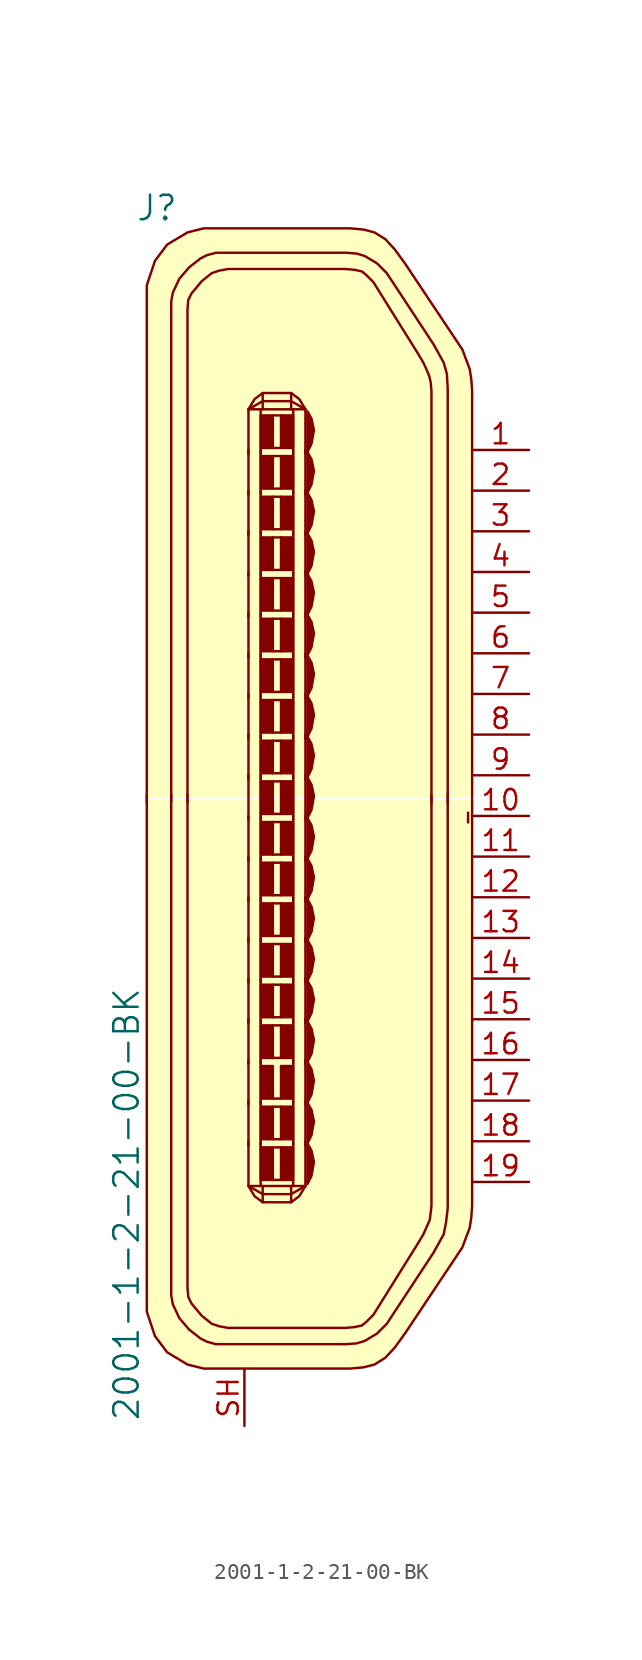
<source format=kicad_sym>
(kicad_symbol_lib
  (version 20211014)
  (generator kicad_symbol_editor)
  (symbol "2001-1-2-21-00-BK"
    (pin_names
      (offset 1.016))
    (property "Reference" "J"
      (at -8.001 37.973 0)
      (effects (font (size 1.524 1.524))))
    (property "Value" "2001-1-2-21-00-BK"
      (at -9.906 -24.257 90)
      (effects (font (size 1.524 1.524))))
    (symbol "2001-1-2-21-00-BK_0_1"
      (rectangle (start -1.524 -20.701) (end -0.762 -22.733) (stroke (width 0) (type default) (color 0 0 0 0)) (fill (type outline)))
      (rectangle (start -1.524 -18.161) (end -0.762 -20.193) (stroke (width 0) (type default) (color 0 0 0 0)) (fill (type outline)))
      (rectangle (start -1.524 -15.621) (end -0.762 -17.653) (stroke (width 0) (type default) (color 0 0 0 0)) (fill (type outline)))
      (rectangle (start -1.524 -13.081) (end -0.762 -15.113) (stroke (width 0) (type default) (color 0 0 0 0)) (fill (type outline)))
      (rectangle (start -1.524 -10.541) (end -0.762 -12.573) (stroke (width 0) (type default) (color 0 0 0 0)) (fill (type outline)))
      (rectangle (start -1.524 -8.001) (end -0.762 -10.033) (stroke (width 0) (type default) (color 0 0 0 0)) (fill (type outline)))
      (rectangle (start -1.524 -5.461) (end -0.762 -7.493) (stroke (width 0) (type default) (color 0 0 0 0)) (fill (type outline)))
      (rectangle (start -1.524 -2.921) (end -0.762 -4.953) (stroke (width 0) (type default) (color 0 0 0 0)) (fill (type outline)))
      (rectangle (start -1.524 -0.381) (end -0.762 -2.413) (stroke (width 0) (type default) (color 0 0 0 0)) (fill (type outline)))
      (rectangle (start -1.524 2.159) (end -0.762 0.127) (stroke (width 0) (type default) (color 0 0 0 0)) (fill (type outline)))
      (rectangle (start -1.524 4.699) (end -0.762 2.667) (stroke (width 0) (type default) (color 0 0 0 0)) (fill (type outline)))
      (rectangle (start -1.524 7.239) (end -0.762 5.207) (stroke (width 0) (type default) (color 0 0 0 0)) (fill (type outline)))
      (rectangle (start -1.524 9.779) (end -0.762 7.747) (stroke (width 0) (type default) (color 0 0 0 0)) (fill (type outline)))
      (rectangle (start -1.524 12.319) (end -0.762 10.287) (stroke (width 0) (type default) (color 0 0 0 0)) (fill (type outline)))
      (rectangle (start -1.524 14.859) (end -0.762 12.827) (stroke (width 0) (type default) (color 0 0 0 0)) (fill (type outline)))
      (rectangle (start -1.524 17.399) (end -0.762 15.367) (stroke (width 0) (type default) (color 0 0 0 0)) (fill (type outline)))
      (rectangle (start -1.524 19.939) (end -0.762 17.907) (stroke (width 0) (type default) (color 0 0 0 0)) (fill (type outline)))
      (rectangle (start -1.524 22.479) (end -0.762 20.447) (stroke (width 0) (type default) (color 0 0 0 0)) (fill (type outline)))
      (rectangle (start -1.524 25.019) (end -0.762 22.987) (stroke (width 0) (type default) (color 0 0 0 0)) (fill (type outline)))
      (polyline (pts (xy -8.636 1.295) (xy -8.636 0.838)) (stroke (width 0) (type default) (color 0 0 0 0)) (fill (type none)))
      (polyline (pts (xy -7.112 1.346) (xy -7.112 0.889)) (stroke (width 0) (type default) (color 0 0 0 0)) (fill (type none)))
      (polyline (pts (xy -6.096 1.346) (xy -6.096 0.838)) (stroke (width 0) (type default) (color 0 0 0 0)) (fill (type none)))
      (polyline (pts (xy -2.286 -23.114) (xy 1.27 -23.114)) (stroke (width 0) (type default) (color 0 0 0 0)) (fill (type none)))
      (polyline (pts (xy -2.286 -20.32) (xy -2.286 -23.114)) (stroke (width 0) (type default) (color 0 0 0 0)) (fill (type none)))
      (polyline (pts (xy -2.286 -17.78) (xy -2.286 -20.574)) (stroke (width 0) (type default) (color 0 0 0 0)) (fill (type none)))
      (polyline (pts (xy -2.286 -15.24) (xy -2.286 -18.034)) (stroke (width 0) (type default) (color 0 0 0 0)) (fill (type none)))
      (polyline (pts (xy -2.286 -12.7) (xy -2.286 -15.494)) (stroke (width 0) (type default) (color 0 0 0 0)) (fill (type none)))
      (polyline (pts (xy -2.286 -10.16) (xy -2.286 -12.954)) (stroke (width 0) (type default) (color 0 0 0 0)) (fill (type none)))
      (polyline (pts (xy -2.286 -7.62) (xy -2.286 -10.414)) (stroke (width 0) (type default) (color 0 0 0 0)) (fill (type none)))
      (polyline (pts (xy -2.286 -5.08) (xy -2.286 -7.874)) (stroke (width 0) (type default) (color 0 0 0 0)) (fill (type none)))
      (polyline (pts (xy -2.286 -2.54) (xy -2.286 -5.334)) (stroke (width 0) (type default) (color 0 0 0 0)) (fill (type none)))
      (polyline (pts (xy -2.286 0) (xy -2.286 -2.794)) (stroke (width 0) (type default) (color 0 0 0 0)) (fill (type none)))
      (polyline (pts (xy -2.286 2.54) (xy -2.286 -0.254)) (stroke (width 0) (type default) (color 0 0 0 0)) (fill (type none)))
      (polyline (pts (xy -2.286 5.08) (xy -2.286 2.286)) (stroke (width 0) (type default) (color 0 0 0 0)) (fill (type none)))
      (polyline (pts (xy -2.286 7.62) (xy -2.286 4.826)) (stroke (width 0) (type default) (color 0 0 0 0)) (fill (type none)))
      (polyline (pts (xy -2.286 10.16) (xy -2.286 7.366)) (stroke (width 0) (type default) (color 0 0 0 0)) (fill (type none)))
      (polyline (pts (xy -2.286 12.7) (xy -2.286 9.906)) (stroke (width 0) (type default) (color 0 0 0 0)) (fill (type none)))
      (polyline (pts (xy -2.286 15.24) (xy -2.286 12.446)) (stroke (width 0) (type default) (color 0 0 0 0)) (fill (type none)))
      (polyline (pts (xy -2.286 17.78) (xy -2.286 14.986)) (stroke (width 0) (type default) (color 0 0 0 0)) (fill (type none)))
      (polyline (pts (xy -2.286 20.32) (xy -2.286 17.526)) (stroke (width 0) (type default) (color 0 0 0 0)) (fill (type none)))
      (polyline (pts (xy -2.286 22.86) (xy -2.286 20.066)) (stroke (width 0) (type default) (color 0 0 0 0)) (fill (type none)))
      (polyline (pts (xy -2.286 25.4) (xy -2.286 22.606)) (stroke (width 0) (type default) (color 0 0 0 0)) (fill (type none)))
      (polyline (pts (xy -2.286 25.4) (xy 1.27 25.4)) (stroke (width 0) (type default) (color 0 0 0 0)) (fill (type none)))
      (polyline (pts (xy -1.524 -20.32) (xy -1.524 -23.114)) (stroke (width 0) (type default) (color 0 0 0 0)) (fill (type none)))
      (polyline (pts (xy -1.524 -17.78) (xy -1.524 -20.574)) (stroke (width 0) (type default) (color 0 0 0 0)) (fill (type none)))
      (polyline (pts (xy -1.524 -15.24) (xy -1.524 -18.034)) (stroke (width 0) (type default) (color 0 0 0 0)) (fill (type none)))
      (polyline (pts (xy -1.524 -12.7) (xy -1.524 -15.494)) (stroke (width 0) (type default) (color 0 0 0 0)) (fill (type none)))
      (polyline (pts (xy -1.524 -10.16) (xy -1.524 -12.954)) (stroke (width 0) (type default) (color 0 0 0 0)) (fill (type none)))
      (polyline (pts (xy -1.524 -7.62) (xy -1.524 -10.414)) (stroke (width 0) (type default) (color 0 0 0 0)) (fill (type none)))
      (polyline (pts (xy -1.524 -5.08) (xy -1.524 -7.874)) (stroke (width 0) (type default) (color 0 0 0 0)) (fill (type none)))
      (polyline (pts (xy -1.524 -2.54) (xy -1.524 -5.334)) (stroke (width 0) (type default) (color 0 0 0 0)) (fill (type none)))
      (polyline (pts (xy -1.524 0) (xy -1.524 -2.794)) (stroke (width 0) (type default) (color 0 0 0 0)) (fill (type none)))
      (polyline (pts (xy -1.524 2.54) (xy -1.524 -0.254)) (stroke (width 0) (type default) (color 0 0 0 0)) (fill (type none)))
      (polyline (pts (xy -1.524 5.08) (xy -1.524 2.286)) (stroke (width 0) (type default) (color 0 0 0 0)) (fill (type none)))
      (polyline (pts (xy -1.524 7.62) (xy -1.524 4.826)) (stroke (width 0) (type default) (color 0 0 0 0)) (fill (type none)))
      (polyline (pts (xy -1.524 10.16) (xy -1.524 7.366)) (stroke (width 0) (type default) (color 0 0 0 0)) (fill (type none)))
      (polyline (pts (xy -1.524 12.7) (xy -1.524 9.906)) (stroke (width 0) (type default) (color 0 0 0 0)) (fill (type none)))
      (polyline (pts (xy -1.524 15.24) (xy -1.524 12.446)) (stroke (width 0) (type default) (color 0 0 0 0)) (fill (type none)))
      (polyline (pts (xy -1.524 17.78) (xy -1.524 14.986)) (stroke (width 0) (type default) (color 0 0 0 0)) (fill (type none)))
      (polyline (pts (xy -1.524 20.32) (xy -1.524 17.526)) (stroke (width 0) (type default) (color 0 0 0 0)) (fill (type none)))
      (polyline (pts (xy -1.524 22.86) (xy -1.524 20.066)) (stroke (width 0) (type default) (color 0 0 0 0)) (fill (type none)))
      (polyline (pts (xy -1.524 25.4) (xy -1.524 22.606)) (stroke (width 0) (type default) (color 0 0 0 0)) (fill (type none)))
      (polyline (pts (xy -1.397 -23.114) (xy -1.397 -24.13)) (stroke (width 0) (type default) (color 0 0 0 0)) (fill (type none)))
      (polyline (pts (xy -1.397 25.4) (xy -1.397 26.416)) (stroke (width 0) (type default) (color 0 0 0 0)) (fill (type none)))
      (polyline (pts (xy -0.762 -22.733) (xy -0.254 -22.733)) (stroke (width 0) (type default) (color 0 0 0 0)) (fill (type none)))
      (polyline (pts (xy -0.762 -20.701) (xy -0.254 -20.701)) (stroke (width 0) (type default) (color 0 0 0 0)) (fill (type none)))
      (polyline (pts (xy -0.762 -20.193) (xy -0.254 -20.193)) (stroke (width 0) (type default) (color 0 0 0 0)) (fill (type none)))
      (polyline (pts (xy -0.762 -18.161) (xy -0.254 -18.161)) (stroke (width 0) (type default) (color 0 0 0 0)) (fill (type none)))
      (polyline (pts (xy -0.762 -17.653) (xy -0.254 -17.653)) (stroke (width 0) (type default) (color 0 0 0 0)) (fill (type none)))
      (polyline (pts (xy -0.762 -15.113) (xy -0.254 -15.113)) (stroke (width 0) (type default) (color 0 0 0 0)) (fill (type none)))
      (polyline (pts (xy -0.762 -13.081) (xy -0.254 -13.081)) (stroke (width 0) (type default) (color 0 0 0 0)) (fill (type none)))
      (polyline (pts (xy -0.762 -12.573) (xy -0.254 -12.573)) (stroke (width 0) (type default) (color 0 0 0 0)) (fill (type none)))
      (polyline (pts (xy -0.762 -10.541) (xy -0.254 -10.541)) (stroke (width 0) (type default) (color 0 0 0 0)) (fill (type none)))
      (polyline (pts (xy -0.762 -10.033) (xy -0.254 -10.033)) (stroke (width 0) (type default) (color 0 0 0 0)) (fill (type none)))
      (polyline (pts (xy -0.762 -8.001) (xy -0.254 -8.001)) (stroke (width 0) (type default) (color 0 0 0 0)) (fill (type none)))
      (polyline (pts (xy -0.762 -7.493) (xy -0.254 -7.493)) (stroke (width 0) (type default) (color 0 0 0 0)) (fill (type none)))
      (polyline (pts (xy -0.762 -5.461) (xy -0.254 -5.461)) (stroke (width 0) (type default) (color 0 0 0 0)) (fill (type none)))
      (polyline (pts (xy -0.762 -4.953) (xy -0.254 -4.953)) (stroke (width 0) (type default) (color 0 0 0 0)) (fill (type none)))
      (polyline (pts (xy -0.762 -2.921) (xy -0.254 -2.921)) (stroke (width 0) (type default) (color 0 0 0 0)) (fill (type none)))
      (polyline (pts (xy -0.762 -2.413) (xy -0.254 -2.413)) (stroke (width 0) (type default) (color 0 0 0 0)) (fill (type none)))
      (polyline (pts (xy -0.762 -0.381) (xy -0.254 -0.381)) (stroke (width 0) (type default) (color 0 0 0 0)) (fill (type none)))
      (polyline (pts (xy -0.762 0.127) (xy -0.254 0.127)) (stroke (width 0) (type default) (color 0 0 0 0)) (fill (type none)))
      (polyline (pts (xy -0.762 2.159) (xy -0.254 2.159)) (stroke (width 0) (type default) (color 0 0 0 0)) (fill (type none)))
      (polyline (pts (xy -0.762 2.667) (xy -0.254 2.667)) (stroke (width 0) (type default) (color 0 0 0 0)) (fill (type none)))
      (polyline (pts (xy -0.762 4.699) (xy -0.254 4.699)) (stroke (width 0) (type default) (color 0 0 0 0)) (fill (type none)))
      (polyline (pts (xy -0.762 5.207) (xy -0.254 5.207)) (stroke (width 0) (type default) (color 0 0 0 0)) (fill (type none)))
      (polyline (pts (xy -0.762 7.239) (xy -0.254 7.239)) (stroke (width 0) (type default) (color 0 0 0 0)) (fill (type none)))
      (polyline (pts (xy -0.762 7.747) (xy -0.254 7.747)) (stroke (width 0) (type default) (color 0 0 0 0)) (fill (type none)))
      (polyline (pts (xy -0.762 9.779) (xy -0.254 9.779)) (stroke (width 0) (type default) (color 0 0 0 0)) (fill (type none)))
      (polyline (pts (xy -0.762 10.287) (xy -0.254 10.287)) (stroke (width 0) (type default) (color 0 0 0 0)) (fill (type none)))
      (polyline (pts (xy -0.762 12.319) (xy -0.254 12.319)) (stroke (width 0) (type default) (color 0 0 0 0)) (fill (type none)))
      (polyline (pts (xy -0.762 12.827) (xy -0.254 12.827)) (stroke (width 0) (type default) (color 0 0 0 0)) (fill (type none)))
      (polyline (pts (xy -0.762 14.859) (xy -0.254 14.859)) (stroke (width 0) (type default) (color 0 0 0 0)) (fill (type none)))
      (polyline (pts (xy -0.762 15.367) (xy -0.254 15.367)) (stroke (width 0) (type default) (color 0 0 0 0)) (fill (type none)))
      (polyline (pts (xy -0.762 17.399) (xy -0.254 17.399)) (stroke (width 0) (type default) (color 0 0 0 0)) (fill (type none)))
      (polyline (pts (xy -0.762 17.907) (xy -0.254 17.907)) (stroke (width 0) (type default) (color 0 0 0 0)) (fill (type none)))
      (polyline (pts (xy -0.762 19.939) (xy -0.254 19.939)) (stroke (width 0) (type default) (color 0 0 0 0)) (fill (type none)))
      (polyline (pts (xy -0.762 20.447) (xy -0.254 20.447)) (stroke (width 0) (type default) (color 0 0 0 0)) (fill (type none)))
      (polyline (pts (xy -0.762 22.479) (xy -0.254 22.479)) (stroke (width 0) (type default) (color 0 0 0 0)) (fill (type none)))
      (polyline (pts (xy -0.762 22.987) (xy -0.254 22.987)) (stroke (width 0) (type default) (color 0 0 0 0)) (fill (type none)))
      (polyline (pts (xy -0.762 25.019) (xy -0.254 25.019)) (stroke (width 0) (type default) (color 0 0 0 0)) (fill (type none)))
      (polyline (pts (xy 0.381 -23.114) (xy 0.381 -24.13)) (stroke (width 0) (type default) (color 0 0 0 0)) (fill (type none)))
      (polyline (pts (xy 0.381 25.4) (xy 0.381 26.416)) (stroke (width 0) (type default) (color 0 0 0 0)) (fill (type none)))
      (polyline (pts (xy 1.27 -20.32) (xy 1.27 -23.114)) (stroke (width 0) (type default) (color 0 0 0 0)) (fill (type none)))
      (polyline (pts (xy 1.27 -17.78) (xy 1.27 -20.574)) (stroke (width 0) (type default) (color 0 0 0 0)) (fill (type none)))
      (polyline (pts (xy 1.27 -15.24) (xy 1.27 -18.034)) (stroke (width 0) (type default) (color 0 0 0 0)) (fill (type none)))
      (polyline (pts (xy 1.27 -12.7) (xy 1.27 -15.494)) (stroke (width 0) (type default) (color 0 0 0 0)) (fill (type none)))
      (polyline (pts (xy 1.27 -10.16) (xy 1.27 -12.954)) (stroke (width 0) (type default) (color 0 0 0 0)) (fill (type none)))
      (polyline (pts (xy 1.27 -7.62) (xy 1.27 -10.414)) (stroke (width 0) (type default) (color 0 0 0 0)) (fill (type none)))
      (polyline (pts (xy 1.27 -5.08) (xy 1.27 -7.874)) (stroke (width 0) (type default) (color 0 0 0 0)) (fill (type none)))
      (polyline (pts (xy 1.27 -2.54) (xy 1.27 -5.334)) (stroke (width 0) (type default) (color 0 0 0 0)) (fill (type none)))
      (polyline (pts (xy 1.27 0) (xy 1.27 -2.794)) (stroke (width 0) (type default) (color 0 0 0 0)) (fill (type none)))
      (polyline (pts (xy 1.27 2.54) (xy 1.27 -0.254)) (stroke (width 0) (type default) (color 0 0 0 0)) (fill (type none)))
      (polyline (pts (xy 1.27 5.08) (xy 1.27 2.286)) (stroke (width 0) (type default) (color 0 0 0 0)) (fill (type none)))
      (polyline (pts (xy 1.27 7.62) (xy 1.27 4.826)) (stroke (width 0) (type default) (color 0 0 0 0)) (fill (type none)))
      (polyline (pts (xy 1.27 10.16) (xy 1.27 7.366)) (stroke (width 0) (type default) (color 0 0 0 0)) (fill (type none)))
      (polyline (pts (xy 1.27 12.7) (xy 1.27 9.906)) (stroke (width 0) (type default) (color 0 0 0 0)) (fill (type none)))
      (polyline (pts (xy 1.27 15.24) (xy 1.27 12.446)) (stroke (width 0) (type default) (color 0 0 0 0)) (fill (type none)))
      (polyline (pts (xy 1.27 17.78) (xy 1.27 14.986)) (stroke (width 0) (type default) (color 0 0 0 0)) (fill (type none)))
      (polyline (pts (xy 1.27 20.32) (xy 1.27 17.526)) (stroke (width 0) (type default) (color 0 0 0 0)) (fill (type none)))
      (polyline (pts (xy 1.27 22.86) (xy 1.27 20.066)) (stroke (width 0) (type default) (color 0 0 0 0)) (fill (type none)))
      (polyline (pts (xy 1.27 25.4) (xy 1.27 22.606)) (stroke (width 0) (type default) (color 0 0 0 0)) (fill (type none)))
      (polyline (pts (xy 9.144 1.295) (xy 9.144 0.787)) (stroke (width 0) (type default) (color 0 0 0 0)) (fill (type none)))
      (polyline (pts (xy 10.16 1.397) (xy 10.16 0.838)) (stroke (width 0) (type default) (color 0 0 0 0)) (fill (type none)))
      (polyline (pts (xy 11.43 0.203) (xy 11.43 -0.406)) (stroke (width 0) (type default) (color 0 0 0 0)) (fill (type none)))
      (polyline (pts (xy 0.508 -20.32) (xy 0.508 -22.733) (xy 0.508 -23.114)) (stroke (width 0) (type default) (color 0 0 0 0)) (fill (type none)))
      (polyline (pts (xy 0.508 -17.78) (xy 0.508 -20.193) (xy 0.508 -20.574)) (stroke (width 0) (type default) (color 0 0 0 0)) (fill (type none)))
      (polyline (pts (xy 0.508 -15.24) (xy 0.508 -17.653) (xy 0.508 -18.034)) (stroke (width 0) (type default) (color 0 0 0 0)) (fill (type none)))
      (polyline (pts (xy 0.508 -12.7) (xy 0.508 -15.113) (xy 0.508 -15.494)) (stroke (width 0) (type default) (color 0 0 0 0)) (fill (type none)))
      (polyline (pts (xy 0.508 -10.16) (xy 0.508 -12.573) (xy 0.508 -12.954)) (stroke (width 0) (type default) (color 0 0 0 0)) (fill (type none)))
      (polyline (pts (xy 0.508 -7.62) (xy 0.508 -10.033) (xy 0.508 -10.414)) (stroke (width 0) (type default) (color 0 0 0 0)) (fill (type none)))
      (polyline (pts (xy 0.508 -5.08) (xy 0.508 -7.493) (xy 0.508 -7.874)) (stroke (width 0) (type default) (color 0 0 0 0)) (fill (type none)))
      (polyline (pts (xy 0.508 -2.54) (xy 0.508 -4.953) (xy 0.508 -5.334)) (stroke (width 0) (type default) (color 0 0 0 0)) (fill (type none)))
      (polyline (pts (xy 0.508 0) (xy 0.508 -2.413) (xy 0.508 -2.794)) (stroke (width 0) (type default) (color 0 0 0 0)) (fill (type none)))
      (polyline (pts (xy 0.508 2.54) (xy 0.508 0.127) (xy 0.508 -0.254)) (stroke (width 0) (type default) (color 0 0 0 0)) (fill (type none)))
      (polyline (pts (xy 0.508 5.08) (xy 0.508 2.667) (xy 0.508 2.286)) (stroke (width 0) (type default) (color 0 0 0 0)) (fill (type none)))
      (polyline (pts (xy 0.508 7.62) (xy 0.508 5.207) (xy 0.508 4.826)) (stroke (width 0) (type default) (color 0 0 0 0)) (fill (type none)))
      (polyline (pts (xy 0.508 10.16) (xy 0.508 7.747) (xy 0.508 7.366)) (stroke (width 0) (type default) (color 0 0 0 0)) (fill (type none)))
      (polyline (pts (xy 0.508 12.7) (xy 0.508 10.287) (xy 0.508 9.906)) (stroke (width 0) (type default) (color 0 0 0 0)) (fill (type none)))
      (polyline (pts (xy 0.508 15.24) (xy 0.508 12.827) (xy 0.508 12.446)) (stroke (width 0) (type default) (color 0 0 0 0)) (fill (type none)))
      (polyline (pts (xy 0.508 17.78) (xy 0.508 15.367) (xy 0.508 14.986)) (stroke (width 0) (type default) (color 0 0 0 0)) (fill (type none)))
      (polyline (pts (xy 0.508 20.32) (xy 0.508 17.907) (xy 0.508 17.526)) (stroke (width 0) (type default) (color 0 0 0 0)) (fill (type none)))
      (polyline (pts (xy 0.508 22.86) (xy 0.508 20.447) (xy 0.508 20.066)) (stroke (width 0) (type default) (color 0 0 0 0)) (fill (type none)))
      (polyline (pts (xy 0.508 25.4) (xy 0.508 22.987) (xy 0.508 22.606)) (stroke (width 0) (type default) (color 0 0 0 0)) (fill (type none)))
      (polyline (pts (xy -2.286 -23.114) (xy -1.397 -23.622) (xy 0.381 -23.622) (xy 1.27 -23.114)) (stroke (width 0) (type default) (color 0 0 0 0)) (fill (type none)))
      (polyline (pts (xy -2.286 25.4) (xy -1.397 25.908) (xy 0.381 25.908) (xy 1.27 25.4)) (stroke (width 0) (type default) (color 0 0 0 0)) (fill (type none)))
      (polyline (pts (xy -2.286 -23.114) (xy -1.905 -23.749) (xy -1.397 -24.13) (xy 0.381 -24.13) (xy 0.889 -23.749) (xy 1.27 -23.114)) (stroke (width 0) (type default) (color 0 0 0 0)) (fill (type none)))
      (polyline (pts (xy -2.286 25.4) (xy -1.905 26.035) (xy -1.397 26.416) (xy 0.381 26.416) (xy 0.889 26.035) (xy 1.27 25.4)) (stroke (width 0) (type default) (color 0 0 0 0)) (fill (type none)))
      (polyline (pts (xy 1.397 -20.447) (xy 1.397 -22.987) (xy 1.651 -22.479) (xy 1.803 -21.615) (xy 1.651 -20.904) (xy 1.397 -20.447)) (stroke (width 0) (type default) (color 0 0 0 0)) (fill (type outline)))
      (polyline (pts (xy 1.397 -17.907) (xy 1.397 -20.447) (xy 1.651 -19.939) (xy 1.803 -19.075) (xy 1.651 -18.364) (xy 1.397 -17.907)) (stroke (width 0) (type default) (color 0 0 0 0)) (fill (type outline)))
      (polyline (pts (xy 1.397 -15.367) (xy 1.397 -17.907) (xy 1.651 -17.399) (xy 1.803 -16.535) (xy 1.651 -15.824) (xy 1.397 -15.367)) (stroke (width 0) (type default) (color 0 0 0 0)) (fill (type outline)))
      (polyline (pts (xy 1.397 -12.827) (xy 1.397 -15.367) (xy 1.651 -14.859) (xy 1.803 -13.995) (xy 1.651 -13.284) (xy 1.397 -12.827)) (stroke (width 0) (type default) (color 0 0 0 0)) (fill (type outline)))
      (polyline (pts (xy 1.397 -10.287) (xy 1.397 -12.827) (xy 1.651 -12.319) (xy 1.803 -11.455) (xy 1.651 -10.744) (xy 1.397 -10.287)) (stroke (width 0) (type default) (color 0 0 0 0)) (fill (type outline)))
      (polyline (pts (xy 1.397 -7.747) (xy 1.397 -10.287) (xy 1.651 -9.779) (xy 1.803 -8.915) (xy 1.651 -8.204) (xy 1.397 -7.747)) (stroke (width 0) (type default) (color 0 0 0 0)) (fill (type outline)))
      (polyline (pts (xy 1.397 -5.207) (xy 1.397 -7.747) (xy 1.651 -7.239) (xy 1.803 -6.375) (xy 1.651 -5.664) (xy 1.397 -5.207)) (stroke (width 0) (type default) (color 0 0 0 0)) (fill (type outline)))
      (polyline (pts (xy 1.397 -2.667) (xy 1.397 -5.207) (xy 1.651 -4.699) (xy 1.803 -3.835) (xy 1.651 -3.124) (xy 1.397 -2.667)) (stroke (width 0) (type default) (color 0 0 0 0)) (fill (type outline)))
      (polyline (pts (xy 1.397 -0.127) (xy 1.397 -2.667) (xy 1.651 -2.159) (xy 1.803 -1.295) (xy 1.651 -0.584) (xy 1.397 -0.127)) (stroke (width 0) (type default) (color 0 0 0 0)) (fill (type outline)))
      (polyline (pts (xy 1.397 2.413) (xy 1.397 -0.127) (xy 1.651 0.381) (xy 1.803 1.245) (xy 1.651 1.956) (xy 1.397 2.413)) (stroke (width 0) (type default) (color 0 0 0 0)) (fill (type outline)))
      (polyline (pts (xy 1.397 4.953) (xy 1.397 2.413) (xy 1.651 2.921) (xy 1.803 3.785) (xy 1.651 4.496) (xy 1.397 4.953)) (stroke (width 0) (type default) (color 0 0 0 0)) (fill (type outline)))
      (polyline (pts (xy 1.397 7.493) (xy 1.397 4.953) (xy 1.651 5.461) (xy 1.803 6.325) (xy 1.651 7.036) (xy 1.397 7.493)) (stroke (width 0) (type default) (color 0 0 0 0)) (fill (type outline)))
      (polyline (pts (xy 1.397 10.033) (xy 1.397 7.493) (xy 1.651 8.001) (xy 1.803 8.865) (xy 1.651 9.576) (xy 1.397 10.033)) (stroke (width 0) (type default) (color 0 0 0 0)) (fill (type outline)))
      (polyline (pts (xy 1.397 12.573) (xy 1.397 10.033) (xy 1.651 10.541) (xy 1.803 11.405) (xy 1.651 12.116) (xy 1.397 12.573)) (stroke (width 0) (type default) (color 0 0 0 0)) (fill (type outline)))
      (polyline (pts (xy 1.397 15.113) (xy 1.397 12.573) (xy 1.651 13.081) (xy 1.803 13.945) (xy 1.651 14.656) (xy 1.397 15.113)) (stroke (width 0) (type default) (color 0 0 0 0)) (fill (type outline)))
      (polyline (pts (xy 1.397 17.653) (xy 1.397 15.113) (xy 1.651 15.621) (xy 1.803 16.485) (xy 1.651 17.196) (xy 1.397 17.653)) (stroke (width 0) (type default) (color 0 0 0 0)) (fill (type outline)))
      (polyline (pts (xy 1.397 20.193) (xy 1.397 17.653) (xy 1.651 18.161) (xy 1.803 19.025) (xy 1.651 19.736) (xy 1.397 20.193)) (stroke (width 0) (type default) (color 0 0 0 0)) (fill (type outline)))
      (polyline (pts (xy 1.397 22.733) (xy 1.397 20.193) (xy 1.651 20.701) (xy 1.803 21.565) (xy 1.651 22.276) (xy 1.397 22.733)) (stroke (width 0) (type default) (color 0 0 0 0)) (fill (type outline)))
      (polyline (pts (xy 1.397 25.273) (xy 1.397 22.733) (xy 1.651 23.241) (xy 1.803 24.105) (xy 1.651 24.816) (xy 1.397 25.273)) (stroke (width 0) (type default) (color 0 0 0 0)) (fill (type outline)))
      (polyline (pts (xy 9.144 1.041) (xy 9.144 -24.359) (xy 9.042 -25.222) (xy 8.636 -26.137) (xy 8.255 -26.772) (xy 5.512 -31.166) (xy 5.08 -31.598) (xy 4.801 -31.826) (xy 4.343 -31.928) (xy 3.759 -31.979) (xy -3.556 -31.979) (xy -4.115 -31.877) (xy -4.572 -31.725) (xy -5.207 -31.217) (xy -5.842 -30.455) (xy -6.045 -30.048) (xy -6.096 -29.439) (xy -6.096 1.041)) (stroke (width 0) (type default) (color 0 0 0 0)) (fill (type none)))
      (polyline (pts (xy 11.684 1.041) (xy 11.684 -24.359) (xy 11.633 -25.095) (xy 11.532 -25.73) (xy 11.074 -26.949) (xy 7.518 -32.283) (xy 6.858 -33.198) (xy 6.274 -33.833) (xy 5.588 -34.265) (xy 4.902 -34.442) (xy 4.064 -34.519) (xy -3.556 -34.519) (xy -5.08 -34.519) (xy -6.096 -34.265) (xy -7.366 -33.503) (xy -8.128 -32.487) (xy -8.636 -30.963) (xy -8.636 -29.439) (xy -8.636 1.041)) (stroke (width 0) (type default) (color 0 0 0 0)) (fill (type background)))
      (polyline (pts (xy 11.684 1.143) (xy 11.684 26.543) (xy 11.633 27.28) (xy 11.532 27.915) (xy 11.074 29.134) (xy 7.518 34.468) (xy 6.858 35.382) (xy 6.274 36.017) (xy 5.588 36.449) (xy 4.902 36.627) (xy 4.064 36.703) (xy -3.556 36.703) (xy -5.08 36.703) (xy -6.096 36.449) (xy -7.366 35.687) (xy -8.128 34.671) (xy -8.636 33.147) (xy -8.636 31.623) (xy -8.636 1.143)) (stroke (width 0) (type default) (color 0 0 0 0)) (fill (type background)))
      (polyline (pts (xy -7.112 1.041) (xy -7.112 -29.947) (xy -7.01 -30.505) (xy -6.604 -31.369) (xy -5.994 -32.08) (xy -5.283 -32.639) (xy -4.877 -32.842) (xy -4.318 -32.995) (xy -3.048 -32.995) (xy 3.81 -32.995) (xy 4.47 -32.944) (xy 4.978 -32.791) (xy 5.74 -32.334) (xy 6.35 -31.725) (xy 9.271 -27.28) (xy 9.906 -26.137) (xy 10.058 -25.375) (xy 10.16 -24.486) (xy 10.16 -24.359) (xy 10.16 1.041)) (stroke (width 0) (type default) (color 0 0 0 0)) (fill (type none)))
      (polyline (pts (xy -7.112 1.143) (xy -7.112 32.131) (xy -7.01 32.69) (xy -6.604 33.553) (xy -5.994 34.265) (xy -5.283 34.823) (xy -4.877 35.027) (xy -4.318 35.179) (xy -3.048 35.179) (xy 3.81 35.179) (xy 4.47 35.128) (xy 4.978 34.976) (xy 5.74 34.519) (xy 6.35 33.909) (xy 9.271 29.464) (xy 9.906 28.321) (xy 10.109 27.61) (xy 10.16 26.67) (xy 10.16 26.543) (xy 10.16 1.143)) (stroke (width 0) (type default) (color 0 0 0 0)) (fill (type none)))
      (polyline (pts (xy 9.144 1.143) (xy 9.144 26.543) (xy 9.093 27.102) (xy 9.017 27.432) (xy 8.89 27.762) (xy 8.636 28.321) (xy 8.255 28.956) (xy 5.512 33.35) (xy 5.08 33.782) (xy 4.801 34.011) (xy 4.343 34.112) (xy 3.759 34.163) (xy -3.556 34.163) (xy -4.115 34.061) (xy -4.572 33.909) (xy -5.207 33.401) (xy -5.842 32.639) (xy -6.045 32.233) (xy -6.096 31.623) (xy -6.096 1.143)) (stroke (width 0) (type default) (color 0 0 0 0)) (fill (type none)))
      (rectangle (start 0.508 -20.701) (end -0.254 -22.733) (stroke (width 0) (type default) (color 0 0 0 0)) (fill (type outline)))
      (rectangle (start 0.508 -18.161) (end -0.254 -20.193) (stroke (width 0) (type default) (color 0 0 0 0)) (fill (type outline)))
      (rectangle (start 0.508 -15.621) (end -0.254 -17.653) (stroke (width 0) (type default) (color 0 0 0 0)) (fill (type outline)))
      (rectangle (start 0.508 -13.081) (end -0.254 -15.113) (stroke (width 0) (type default) (color 0 0 0 0)) (fill (type outline)))
      (rectangle (start 0.508 -10.541) (end -0.254 -12.573) (stroke (width 0) (type default) (color 0 0 0 0)) (fill (type outline)))
      (rectangle (start 0.508 -8.001) (end -0.254 -10.033) (stroke (width 0) (type default) (color 0 0 0 0)) (fill (type outline)))
      (rectangle (start 0.508 -5.461) (end -0.254 -7.493) (stroke (width 0) (type default) (color 0 0 0 0)) (fill (type outline)))
      (rectangle (start 0.508 -2.921) (end -0.254 -4.953) (stroke (width 0) (type default) (color 0 0 0 0)) (fill (type outline)))
      (rectangle (start 0.508 -0.381) (end -0.254 -2.413) (stroke (width 0) (type default) (color 0 0 0 0)) (fill (type outline)))
      (rectangle (start 0.508 2.159) (end -0.254 0.127) (stroke (width 0) (type default) (color 0 0 0 0)) (fill (type outline)))
      (rectangle (start 0.508 4.699) (end -0.254 2.667) (stroke (width 0) (type default) (color 0 0 0 0)) (fill (type outline)))
      (rectangle (start 0.508 7.239) (end -0.254 5.207) (stroke (width 0) (type default) (color 0 0 0 0)) (fill (type outline)))
      (rectangle (start 0.508 9.779) (end -0.254 7.747) (stroke (width 0) (type default) (color 0 0 0 0)) (fill (type outline)))
      (rectangle (start 0.508 12.319) (end -0.254 10.287) (stroke (width 0) (type default) (color 0 0 0 0)) (fill (type outline)))
      (rectangle (start 0.508 14.859) (end -0.254 12.827) (stroke (width 0) (type default) (color 0 0 0 0)) (fill (type outline)))
      (rectangle (start 0.508 17.399) (end -0.254 15.367) (stroke (width 0) (type default) (color 0 0 0 0)) (fill (type outline)))
      (rectangle (start 0.508 19.939) (end -0.254 17.907) (stroke (width 0) (type default) (color 0 0 0 0)) (fill (type outline)))
      (rectangle (start 0.508 22.479) (end -0.254 20.447) (stroke (width 0) (type default) (color 0 0 0 0)) (fill (type outline)))
      (rectangle (start 0.508 25.019) (end -0.254 22.987) (stroke (width 0) (type default) (color 0 0 0 0)) (fill (type outline))))
    (symbol "2001-1-2-21-00-BK_1_1"
      (pin passive line (at 15.24 22.86 180) (length 3.556) (name "~" (effects (font (size 1.27 1.27)))) (number "1" (effects (font (size 1.27 1.27)))))
      (pin passive line (at 15.24 0 180) (length 3.556) (name "~" (effects (font (size 1.27 1.27)))) (number "10" (effects (font (size 1.27 1.27)))))
      (pin passive line (at 15.24 -2.54 180) (length 3.556) (name "~" (effects (font (size 1.27 1.27)))) (number "11" (effects (font (size 1.27 1.27)))))
      (pin passive line (at 15.24 -5.08 180) (length 3.556) (name "~" (effects (font (size 1.27 1.27)))) (number "12" (effects (font (size 1.27 1.27)))))
      (pin passive line (at 15.24 -7.62 180) (length 3.556) (name "~" (effects (font (size 1.27 1.27)))) (number "13" (effects (font (size 1.27 1.27)))))
      (pin passive line (at 15.24 -10.16 180) (length 3.556) (name "~" (effects (font (size 1.27 1.27)))) (number "14" (effects (font (size 1.27 1.27)))))
      (pin passive line (at 15.24 -12.7 180) (length 3.556) (name "~" (effects (font (size 1.27 1.27)))) (number "15" (effects (font (size 1.27 1.27)))))
      (pin passive line (at 15.24 -15.24 180) (length 3.556) (name "~" (effects (font (size 1.27 1.27)))) (number "16" (effects (font (size 1.27 1.27)))))
      (pin passive line (at 15.24 -17.78 180) (length 3.556) (name "~" (effects (font (size 1.27 1.27)))) (number "17" (effects (font (size 1.27 1.27)))))
      (pin passive line (at 15.24 -20.32 180) (length 3.556) (name "~" (effects (font (size 1.27 1.27)))) (number "18" (effects (font (size 1.27 1.27)))))
      (pin passive line (at 15.24 -22.86 180) (length 3.556) (name "~" (effects (font (size 1.27 1.27)))) (number "19" (effects (font (size 1.27 1.27)))))
      (pin passive line (at 15.24 20.32 180) (length 3.556) (name "~" (effects (font (size 1.27 1.27)))) (number "2" (effects (font (size 1.27 1.27)))))
      (pin passive line (at 15.24 17.78 180) (length 3.556) (name "~" (effects (font (size 1.27 1.27)))) (number "3" (effects (font (size 1.27 1.27)))))
      (pin passive line (at 15.24 15.24 180) (length 3.556) (name "~" (effects (font (size 1.27 1.27)))) (number "4" (effects (font (size 1.27 1.27)))))
      (pin passive line (at 15.24 12.7 180) (length 3.556) (name "~" (effects (font (size 1.27 1.27)))) (number "5" (effects (font (size 1.27 1.27)))))
      (pin passive line (at 15.24 10.16 180) (length 3.556) (name "~" (effects (font (size 1.27 1.27)))) (number "6" (effects (font (size 1.27 1.27)))))
      (pin passive line (at 15.24 7.62 180) (length 3.556) (name "~" (effects (font (size 1.27 1.27)))) (number "7" (effects (font (size 1.27 1.27)))))
      (pin passive line (at 15.24 5.08 180) (length 3.556) (name "~" (effects (font (size 1.27 1.27)))) (number "8" (effects (font (size 1.27 1.27)))))
      (pin passive line (at 15.24 2.54 180) (length 3.556) (name "~" (effects (font (size 1.27 1.27)))) (number "9" (effects (font (size 1.27 1.27)))))
      (pin passive line (at -2.54 -38.1 90) (length 3.556) (name "~" (effects (font (size 1.27 1.27)))) (number "SH" (effects (font (size 1.27 1.27))))))))
</source>
